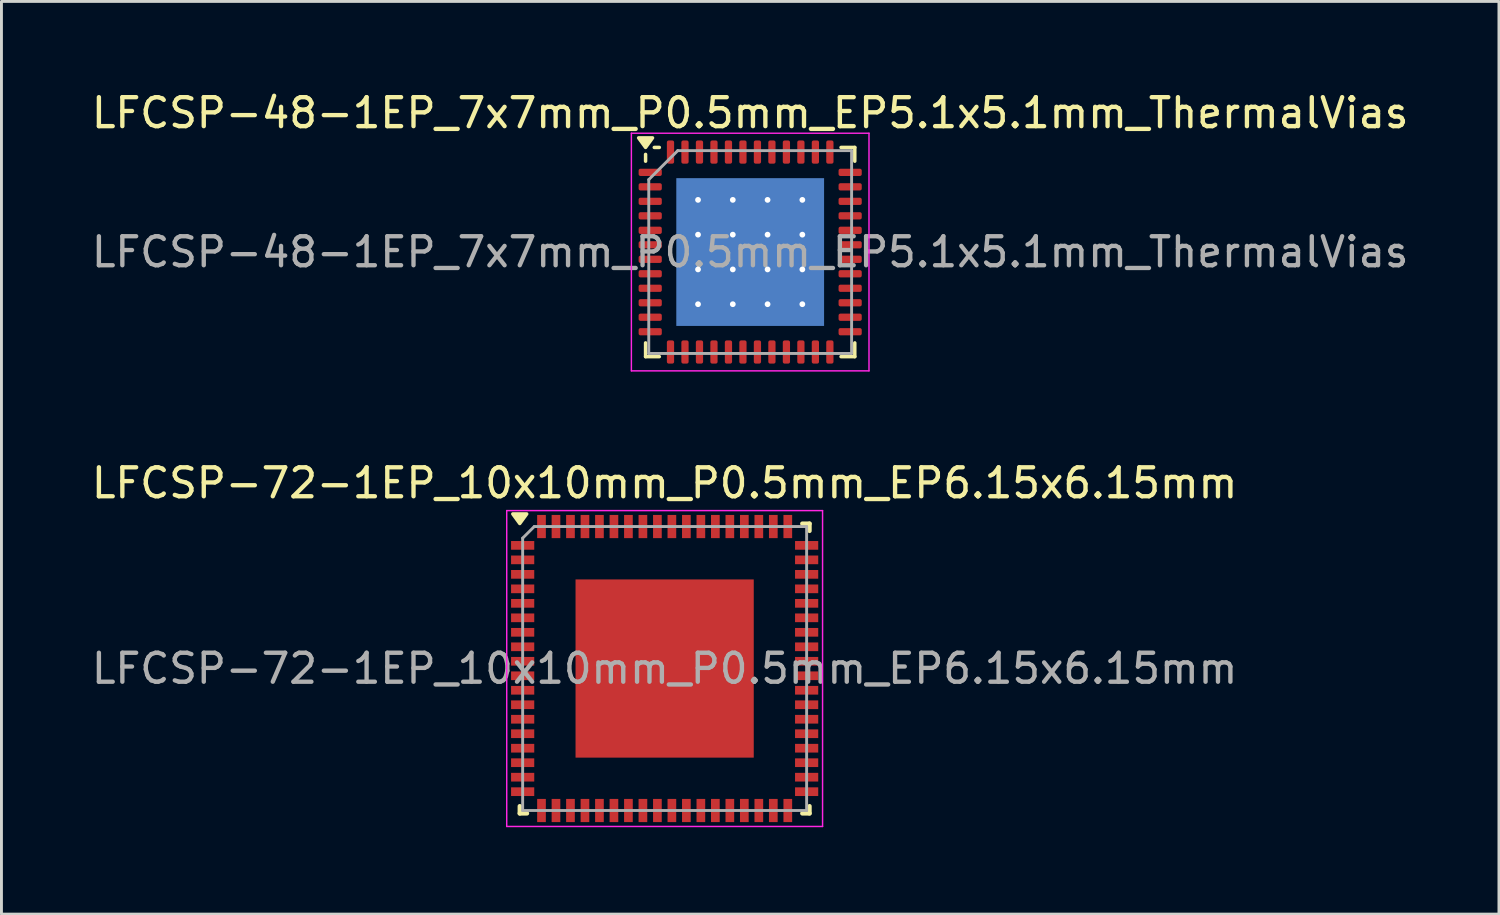
<source format=kicad_pcb>
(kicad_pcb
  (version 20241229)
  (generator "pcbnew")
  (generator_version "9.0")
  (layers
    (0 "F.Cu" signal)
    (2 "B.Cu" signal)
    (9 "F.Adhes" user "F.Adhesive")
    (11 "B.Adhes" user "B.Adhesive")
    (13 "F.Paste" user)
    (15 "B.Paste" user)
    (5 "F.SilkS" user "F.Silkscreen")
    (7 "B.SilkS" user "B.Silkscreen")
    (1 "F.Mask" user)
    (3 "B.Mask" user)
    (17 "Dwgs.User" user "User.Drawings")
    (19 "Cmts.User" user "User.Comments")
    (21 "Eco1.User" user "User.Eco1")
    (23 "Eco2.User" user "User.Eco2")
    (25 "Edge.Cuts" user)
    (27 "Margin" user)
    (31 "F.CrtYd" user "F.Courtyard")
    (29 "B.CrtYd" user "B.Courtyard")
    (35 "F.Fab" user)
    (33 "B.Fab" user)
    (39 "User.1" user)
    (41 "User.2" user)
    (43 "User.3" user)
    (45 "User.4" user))
  (footprint "LFCSP-48-1EP_7x7mm_P0.5mm_EP5.1x5.1mm_ThermalVias"
    (layer "F.Cu")
    (at 22.839 5.648)
    (property "Reference" "LFCSP-48-1EP_7x7mm_P0.5mm_EP5.1x5.1mm_ThermalVias" (at 0 -4.8 0) (layer "F.SilkS") (effects (font (size 1 1) (thickness 0.15))))
    (attr smd)
    (fp_line (start -3.61 -3.135) (end -3.61 -3.37) (stroke (width 0.12) (type solid)) (layer "F.SilkS"))
    (fp_line (start -3.61 3.61) (end -3.61 3.135) (stroke (width 0.12) (type solid)) (layer "F.SilkS"))
    (fp_line (start -3.135 -3.61) (end -3.31 -3.61) (stroke (width 0.12) (type solid)) (layer "F.SilkS"))
    (fp_line (start -3.135 3.61) (end -3.61 3.61) (stroke (width 0.12) (type solid)) (layer "F.SilkS"))
    (fp_line (start 3.135 -3.61) (end 3.61 -3.61) (stroke (width 0.12) (type solid)) (layer "F.SilkS"))
    (fp_line (start 3.135 3.61) (end 3.61 3.61) (stroke (width 0.12) (type solid)) (layer "F.SilkS"))
    (fp_line (start 3.61 -3.61) (end 3.61 -3.135) (stroke (width 0.12) (type solid)) (layer "F.SilkS"))
    (fp_line (start 3.61 3.61) (end 3.61 3.135) (stroke (width 0.12) (type solid)) (layer "F.SilkS"))
    (fp_poly (pts (xy -3.61 -3.61) (xy -3.85 -3.94) (xy -3.37 -3.94) (xy -3.61 -3.61)) (stroke (width 0.12) (type solid)) (fill yes) (layer "F.SilkS"))
    (fp_line (start -4.1 -4.1) (end -4.1 4.1) (stroke (width 0.05) (type solid)) (layer "F.CrtYd"))
    (fp_line (start -4.1 4.1) (end 4.1 4.1) (stroke (width 0.05) (type solid)) (layer "F.CrtYd"))
    (fp_line (start 4.1 -4.1) (end -4.1 -4.1) (stroke (width 0.05) (type solid)) (layer "F.CrtYd"))
    (fp_line (start 4.1 4.1) (end 4.1 -4.1) (stroke (width 0.05) (type solid)) (layer "F.CrtYd"))
    (fp_line (start -3.5 -2.5) (end -2.5 -3.5) (stroke (width 0.1) (type solid)) (layer "F.Fab"))
    (fp_line (start -3.5 3.5) (end -3.5 -2.5) (stroke (width 0.1) (type solid)) (layer "F.Fab"))
    (fp_line (start -2.5 -3.5) (end 3.5 -3.5) (stroke (width 0.1) (type solid)) (layer "F.Fab"))
    (fp_line (start 3.5 -3.5) (end 3.5 3.5) (stroke (width 0.1) (type solid)) (layer "F.Fab"))
    (fp_line (start 3.5 3.5) (end -3.5 3.5) (stroke (width 0.1) (type solid)) (layer "F.Fab"))
    (fp_text user "${REFERENCE}" (at 0 0 0) (layer "F.Fab") (effects (font (size 1 1) (thickness 0.15))))
    (pad "" smd roundrect (at -1.37 -1.37) (size 1.14 1.14) (layers "F.Paste") (roundrect_rratio 0.219))
    (pad "" smd roundrect (at -1.37 0) (size 1.14 1.14) (layers "F.Paste") (roundrect_rratio 0.219))
    (pad "" smd roundrect (at -1.37 1.37) (size 1.14 1.14) (layers "F.Paste") (roundrect_rratio 0.219))
    (pad "" smd roundrect (at 0 -1.37) (size 1.14 1.14) (layers "F.Paste") (roundrect_rratio 0.219))
    (pad "" smd roundrect (at 0 0) (size 1.14 1.14) (layers "F.Paste") (roundrect_rratio 0.219))
    (pad "" smd roundrect (at 0 1.37) (size 1.14 1.14) (layers "F.Paste") (roundrect_rratio 0.219))
    (pad "" smd roundrect (at 1.37 -1.37) (size 1.14 1.14) (layers "F.Paste") (roundrect_rratio 0.219))
    (pad "" smd roundrect (at 1.37 0) (size 1.14 1.14) (layers "F.Paste") (roundrect_rratio 0.219))
    (pad "" smd roundrect (at 1.37 1.37) (size 1.14 1.14) (layers "F.Paste") (roundrect_rratio 0.219))
    (pad "1" smd roundrect (at -3.45 -2.75) (size 0.8 0.25) (layers "F.Cu" "F.Mask" "F.Paste") (roundrect_rratio 0.25))
    (pad "2" smd roundrect (at -3.45 -2.25) (size 0.8 0.25) (layers "F.Cu" "F.Mask" "F.Paste") (roundrect_rratio 0.25))
    (pad "3" smd roundrect (at -3.45 -1.75) (size 0.8 0.25) (layers "F.Cu" "F.Mask" "F.Paste") (roundrect_rratio 0.25))
    (pad "4" smd roundrect (at -3.45 -1.25) (size 0.8 0.25) (layers "F.Cu" "F.Mask" "F.Paste") (roundrect_rratio 0.25))
    (pad "5" smd roundrect (at -3.45 -0.75) (size 0.8 0.25) (layers "F.Cu" "F.Mask" "F.Paste") (roundrect_rratio 0.25))
    (pad "6" smd roundrect (at -3.45 -0.25) (size 0.8 0.25) (layers "F.Cu" "F.Mask" "F.Paste") (roundrect_rratio 0.25))
    (pad "7" smd roundrect (at -3.45 0.25) (size 0.8 0.25) (layers "F.Cu" "F.Mask" "F.Paste") (roundrect_rratio 0.25))
    (pad "8" smd roundrect (at -3.45 0.75) (size 0.8 0.25) (layers "F.Cu" "F.Mask" "F.Paste") (roundrect_rratio 0.25))
    (pad "9" smd roundrect (at -3.45 1.25) (size 0.8 0.25) (layers "F.Cu" "F.Mask" "F.Paste") (roundrect_rratio 0.25))
    (pad "10" smd roundrect (at -3.45 1.75) (size 0.8 0.25) (layers "F.Cu" "F.Mask" "F.Paste") (roundrect_rratio 0.25))
    (pad "11" smd roundrect (at -3.45 2.25) (size 0.8 0.25) (layers "F.Cu" "F.Mask" "F.Paste") (roundrect_rratio 0.25))
    (pad "12" smd roundrect (at -3.45 2.75) (size 0.8 0.25) (layers "F.Cu" "F.Mask" "F.Paste") (roundrect_rratio 0.25))
    (pad "13" smd roundrect (at -2.75 3.45) (size 0.25 0.8) (layers "F.Cu" "F.Mask" "F.Paste") (roundrect_rratio 0.25))
    (pad "14" smd roundrect (at -2.25 3.45) (size 0.25 0.8) (layers "F.Cu" "F.Mask" "F.Paste") (roundrect_rratio 0.25))
    (pad "15" smd roundrect (at -1.75 3.45) (size 0.25 0.8) (layers "F.Cu" "F.Mask" "F.Paste") (roundrect_rratio 0.25))
    (pad "16" smd roundrect (at -1.25 3.45) (size 0.25 0.8) (layers "F.Cu" "F.Mask" "F.Paste") (roundrect_rratio 0.25))
    (pad "17" smd roundrect (at -0.75 3.45) (size 0.25 0.8) (layers "F.Cu" "F.Mask" "F.Paste") (roundrect_rratio 0.25))
    (pad "18" smd roundrect (at -0.25 3.45) (size 0.25 0.8) (layers "F.Cu" "F.Mask" "F.Paste") (roundrect_rratio 0.25))
    (pad "19" smd roundrect (at 0.25 3.45) (size 0.25 0.8) (layers "F.Cu" "F.Mask" "F.Paste") (roundrect_rratio 0.25))
    (pad "20" smd roundrect (at 0.75 3.45) (size 0.25 0.8) (layers "F.Cu" "F.Mask" "F.Paste") (roundrect_rratio 0.25))
    (pad "21" smd roundrect (at 1.25 3.45) (size 0.25 0.8) (layers "F.Cu" "F.Mask" "F.Paste") (roundrect_rratio 0.25))
    (pad "22" smd roundrect (at 1.75 3.45) (size 0.25 0.8) (layers "F.Cu" "F.Mask" "F.Paste") (roundrect_rratio 0.25))
    (pad "23" smd roundrect (at 2.25 3.45) (size 0.25 0.8) (layers "F.Cu" "F.Mask" "F.Paste") (roundrect_rratio 0.25))
    (pad "24" smd roundrect (at 2.75 3.45) (size 0.25 0.8) (layers "F.Cu" "F.Mask" "F.Paste") (roundrect_rratio 0.25))
    (pad "25" smd roundrect (at 3.45 2.75) (size 0.8 0.25) (layers "F.Cu" "F.Mask" "F.Paste") (roundrect_rratio 0.25))
    (pad "26" smd roundrect (at 3.45 2.25) (size 0.8 0.25) (layers "F.Cu" "F.Mask" "F.Paste") (roundrect_rratio 0.25))
    (pad "27" smd roundrect (at 3.45 1.75) (size 0.8 0.25) (layers "F.Cu" "F.Mask" "F.Paste") (roundrect_rratio 0.25))
    (pad "28" smd roundrect (at 3.45 1.25) (size 0.8 0.25) (layers "F.Cu" "F.Mask" "F.Paste") (roundrect_rratio 0.25))
    (pad "29" smd roundrect (at 3.45 0.75) (size 0.8 0.25) (layers "F.Cu" "F.Mask" "F.Paste") (roundrect_rratio 0.25))
    (pad "30" smd roundrect (at 3.45 0.25) (size 0.8 0.25) (layers "F.Cu" "F.Mask" "F.Paste") (roundrect_rratio 0.25))
    (pad "31" smd roundrect (at 3.45 -0.25) (size 0.8 0.25) (layers "F.Cu" "F.Mask" "F.Paste") (roundrect_rratio 0.25))
    (pad "32" smd roundrect (at 3.45 -0.75) (size 0.8 0.25) (layers "F.Cu" "F.Mask" "F.Paste") (roundrect_rratio 0.25))
    (pad "33" smd roundrect (at 3.45 -1.25) (size 0.8 0.25) (layers "F.Cu" "F.Mask" "F.Paste") (roundrect_rratio 0.25))
    (pad "34" smd roundrect (at 3.45 -1.75) (size 0.8 0.25) (layers "F.Cu" "F.Mask" "F.Paste") (roundrect_rratio 0.25))
    (pad "35" smd roundrect (at 3.45 -2.25) (size 0.8 0.25) (layers "F.Cu" "F.Mask" "F.Paste") (roundrect_rratio 0.25))
    (pad "36" smd roundrect (at 3.45 -2.75) (size 0.8 0.25) (layers "F.Cu" "F.Mask" "F.Paste") (roundrect_rratio 0.25))
    (pad "37" smd roundrect (at 2.75 -3.45) (size 0.25 0.8) (layers "F.Cu" "F.Mask" "F.Paste") (roundrect_rratio 0.25))
    (pad "38" smd roundrect (at 2.25 -3.45) (size 0.25 0.8) (layers "F.Cu" "F.Mask" "F.Paste") (roundrect_rratio 0.25))
    (pad "39" smd roundrect (at 1.75 -3.45) (size 0.25 0.8) (layers "F.Cu" "F.Mask" "F.Paste") (roundrect_rratio 0.25))
    (pad "40" smd roundrect (at 1.25 -3.45) (size 0.25 0.8) (layers "F.Cu" "F.Mask" "F.Paste") (roundrect_rratio 0.25))
    (pad "41" smd roundrect (at 0.75 -3.45) (size 0.25 0.8) (layers "F.Cu" "F.Mask" "F.Paste") (roundrect_rratio 0.25))
    (pad "42" smd roundrect (at 0.25 -3.45) (size 0.25 0.8) (layers "F.Cu" "F.Mask" "F.Paste") (roundrect_rratio 0.25))
    (pad "43" smd roundrect (at -0.25 -3.45) (size 0.25 0.8) (layers "F.Cu" "F.Mask" "F.Paste") (roundrect_rratio 0.25))
    (pad "44" smd roundrect (at -0.75 -3.45) (size 0.25 0.8) (layers "F.Cu" "F.Mask" "F.Paste") (roundrect_rratio 0.25))
    (pad "45" smd roundrect (at -1.25 -3.45) (size 0.25 0.8) (layers "F.Cu" "F.Mask" "F.Paste") (roundrect_rratio 0.25))
    (pad "46" smd roundrect (at -1.75 -3.45) (size 0.25 0.8) (layers "F.Cu" "F.Mask" "F.Paste") (roundrect_rratio 0.25))
    (pad "47" smd roundrect (at -2.25 -3.45) (size 0.25 0.8) (layers "F.Cu" "F.Mask" "F.Paste") (roundrect_rratio 0.25))
    (pad "48" smd roundrect (at -2.75 -3.45) (size 0.25 0.8) (layers "F.Cu" "F.Mask" "F.Paste") (roundrect_rratio 0.25))
    (pad "49" thru_hole circle (at -1.8 -1.8) (size 0.5 0.5) (drill 0.2) (property pad_prop_heatsink) (layers "*.Cu"))
    (pad "49" thru_hole circle (at -1.8 -0.6) (size 0.5 0.5) (drill 0.2) (property pad_prop_heatsink) (layers "*.Cu"))
    (pad "49" thru_hole circle (at -1.8 0.6) (size 0.5 0.5) (drill 0.2) (property pad_prop_heatsink) (layers "*.Cu"))
    (pad "49" thru_hole circle (at -1.8 1.8) (size 0.5 0.5) (drill 0.2) (property pad_prop_heatsink) (layers "*.Cu"))
    (pad "49" thru_hole circle (at -0.6 -1.8) (size 0.5 0.5) (drill 0.2) (property pad_prop_heatsink) (layers "*.Cu"))
    (pad "49" thru_hole circle (at -0.6 -0.6) (size 0.5 0.5) (drill 0.2) (property pad_prop_heatsink) (layers "*.Cu"))
    (pad "49" thru_hole circle (at -0.6 0.6) (size 0.5 0.5) (drill 0.2) (property pad_prop_heatsink) (layers "*.Cu"))
    (pad "49" thru_hole circle (at -0.6 1.8) (size 0.5 0.5) (drill 0.2) (property pad_prop_heatsink) (layers "*.Cu"))
    (pad "49" smd rect (at 0 0) (size 4.1 4.1) (property pad_prop_heatsink) (layers "F.Cu" "F.Mask"))
    (pad "49" smd rect (at 0 0) (size 5.1 5.1) (property pad_prop_heatsink) (layers "B.Cu"))
    (pad "49" thru_hole circle (at 0.6 -1.8) (size 0.5 0.5) (drill 0.2) (property pad_prop_heatsink) (layers "*.Cu"))
    (pad "49" thru_hole circle (at 0.6 -0.6) (size 0.5 0.5) (drill 0.2) (property pad_prop_heatsink) (layers "*.Cu"))
    (pad "49" thru_hole circle (at 0.6 0.6) (size 0.5 0.5) (drill 0.2) (property pad_prop_heatsink) (layers "*.Cu"))
    (pad "49" thru_hole circle (at 0.6 1.8) (size 0.5 0.5) (drill 0.2) (property pad_prop_heatsink) (layers "*.Cu"))
    (pad "49" thru_hole circle (at 1.8 -1.8) (size 0.5 0.5) (drill 0.2) (property pad_prop_heatsink) (layers "*.Cu"))
    (pad "49" thru_hole circle (at 1.8 -0.6) (size 0.5 0.5) (drill 0.2) (property pad_prop_heatsink) (layers "*.Cu"))
    (pad "49" thru_hole circle (at 1.8 0.6) (size 0.5 0.5) (drill 0.2) (property pad_prop_heatsink) (layers "*.Cu"))
    (pad "49" thru_hole circle (at 1.8 1.8) (size 0.5 0.5) (drill 0.2) (property pad_prop_heatsink) (layers "*.Cu")))
  (footprint "LFCSP-72-1EP_10x10mm_P0.5mm_EP6.15x6.15mm"
    (layer "F.Cu")
    (at 19.887 20.021)
    (property "Reference" "LFCSP-72-1EP_10x10mm_P0.5mm_EP6.15x6.15mm" (at 0 -6.4 0) (layer "F.SilkS") (effects (font (size 1 1) (thickness 0.15))))
    (attr smd)
    (fp_line (start -5 5) (end -5 4.75) (stroke (width 0.15) (type solid)) (layer "F.SilkS"))
    (fp_line (start -4.75 5) (end -5 5) (stroke (width 0.15) (type solid)) (layer "F.SilkS"))
    (fp_line (start 4.75 -5) (end 5 -5) (stroke (width 0.15) (type solid)) (layer "F.SilkS"))
    (fp_line (start 4.75 5) (end 5 5) (stroke (width 0.15) (type solid)) (layer "F.SilkS"))
    (fp_line (start 5 -5) (end 5 -4.75) (stroke (width 0.15) (type solid)) (layer "F.SilkS"))
    (fp_line (start 5 5) (end 5 4.75) (stroke (width 0.15) (type solid)) (layer "F.SilkS"))
    (fp_poly (pts (xy -5 -5.005) (xy -5.24 -5.335) (xy -4.76 -5.335) (xy -5 -5.005)) (stroke (width 0.12) (type solid)) (fill yes) (layer "F.SilkS"))
    (fp_line (start -5.45 -5.45) (end 5.45 -5.45) (stroke (width 0.05) (type solid)) (layer "F.CrtYd"))
    (fp_line (start -5.45 5.45) (end -5.45 -5.45) (stroke (width 0.05) (type solid)) (layer "F.CrtYd"))
    (fp_line (start 5.45 -5.45) (end 5.45 5.45) (stroke (width 0.05) (type solid)) (layer "F.CrtYd"))
    (fp_line (start 5.45 5.45) (end -5.45 5.45) (stroke (width 0.05) (type solid)) (layer "F.CrtYd"))
    (fp_line (start -4.9 -4.5) (end -4.5 -4.9) (stroke (width 0.1) (type solid)) (layer "F.Fab"))
    (fp_line (start -4.9 4.9) (end -4.9 -4.5) (stroke (width 0.1) (type solid)) (layer "F.Fab"))
    (fp_line (start -4.5 -4.9) (end 4.9 -4.9) (stroke (width 0.1) (type solid)) (layer "F.Fab"))
    (fp_line (start 4.9 -4.9) (end 4.9 4.9) (stroke (width 0.1) (type solid)) (layer "F.Fab"))
    (fp_line (start 4.9 4.9) (end -4.9 4.9) (stroke (width 0.1) (type solid)) (layer "F.Fab"))
    (fp_text user "${REFERENCE}" (at 0 0 0) (layer "F.Fab") (effects (font (size 1 1) (thickness 0.15))))
    (pad "" smd rect (at -1.4 -1.4) (size 2.5 2.5) (layers "F.Paste"))
    (pad "" smd rect (at -1.4 1.4) (size 2.5 2.5) (layers "F.Paste"))
    (pad "" smd rect (at 1.4 -1.4) (size 2.5 2.5) (layers "F.Paste"))
    (pad "" smd rect (at 1.4 1.4) (size 2.5 2.5) (layers "F.Paste"))
    (pad "1" smd rect (at -4.9 -4.25 90) (size 0.3 0.8) (layers "F.Cu" "F.Mask" "F.Paste"))
    (pad "2" smd rect (at -4.9 -3.75 90) (size 0.3 0.8) (layers "F.Cu" "F.Mask" "F.Paste"))
    (pad "3" smd rect (at -4.9 -3.25 90) (size 0.3 0.8) (layers "F.Cu" "F.Mask" "F.Paste"))
    (pad "4" smd rect (at -4.9 -2.75 90) (size 0.3 0.8) (layers "F.Cu" "F.Mask" "F.Paste"))
    (pad "5" smd rect (at -4.9 -2.25 90) (size 0.3 0.8) (layers "F.Cu" "F.Mask" "F.Paste"))
    (pad "6" smd rect (at -4.9 -1.75 90) (size 0.3 0.8) (layers "F.Cu" "F.Mask" "F.Paste"))
    (pad "7" smd rect (at -4.9 -1.25 90) (size 0.3 0.8) (layers "F.Cu" "F.Mask" "F.Paste"))
    (pad "8" smd rect (at -4.9 -0.75 90) (size 0.3 0.8) (layers "F.Cu" "F.Mask" "F.Paste"))
    (pad "9" smd rect (at -4.9 -0.25 90) (size 0.3 0.8) (layers "F.Cu" "F.Mask" "F.Paste"))
    (pad "10" smd rect (at -4.9 0.25 90) (size 0.3 0.8) (layers "F.Cu" "F.Mask" "F.Paste"))
    (pad "11" smd rect (at -4.9 0.75 90) (size 0.3 0.8) (layers "F.Cu" "F.Mask" "F.Paste"))
    (pad "12" smd rect (at -4.9 1.25 90) (size 0.3 0.8) (layers "F.Cu" "F.Mask" "F.Paste"))
    (pad "13" smd rect (at -4.9 1.75 90) (size 0.3 0.8) (layers "F.Cu" "F.Mask" "F.Paste"))
    (pad "14" smd rect (at -4.9 2.25 90) (size 0.3 0.8) (layers "F.Cu" "F.Mask" "F.Paste"))
    (pad "15" smd rect (at -4.9 2.75 90) (size 0.3 0.8) (layers "F.Cu" "F.Mask" "F.Paste"))
    (pad "16" smd rect (at -4.9 3.25 90) (size 0.3 0.8) (layers "F.Cu" "F.Mask" "F.Paste"))
    (pad "17" smd rect (at -4.9 3.75 90) (size 0.3 0.8) (layers "F.Cu" "F.Mask" "F.Paste"))
    (pad "18" smd rect (at -4.9 4.25 90) (size 0.3 0.8) (layers "F.Cu" "F.Mask" "F.Paste"))
    (pad "19" smd rect (at -4.25 4.9) (size 0.3 0.8) (layers "F.Cu" "F.Mask" "F.Paste"))
    (pad "20" smd rect (at -3.75 4.9) (size 0.3 0.8) (layers "F.Cu" "F.Mask" "F.Paste"))
    (pad "21" smd rect (at -3.25 4.9) (size 0.3 0.8) (layers "F.Cu" "F.Mask" "F.Paste"))
    (pad "22" smd rect (at -2.75 4.9) (size 0.3 0.8) (layers "F.Cu" "F.Mask" "F.Paste"))
    (pad "23" smd rect (at -2.25 4.9) (size 0.3 0.8) (layers "F.Cu" "F.Mask" "F.Paste"))
    (pad "24" smd rect (at -1.75 4.9) (size 0.3 0.8) (layers "F.Cu" "F.Mask" "F.Paste"))
    (pad "25" smd rect (at -1.25 4.9) (size 0.3 0.8) (layers "F.Cu" "F.Mask" "F.Paste"))
    (pad "26" smd rect (at -0.75 4.9) (size 0.3 0.8) (layers "F.Cu" "F.Mask" "F.Paste"))
    (pad "27" smd rect (at -0.25 4.9) (size 0.3 0.8) (layers "F.Cu" "F.Mask" "F.Paste"))
    (pad "28" smd rect (at 0.25 4.9) (size 0.3 0.8) (layers "F.Cu" "F.Mask" "F.Paste"))
    (pad "29" smd rect (at 0.75 4.9) (size 0.3 0.8) (layers "F.Cu" "F.Mask" "F.Paste"))
    (pad "30" smd rect (at 1.25 4.9) (size 0.3 0.8) (layers "F.Cu" "F.Mask" "F.Paste"))
    (pad "31" smd rect (at 1.75 4.9) (size 0.3 0.8) (layers "F.Cu" "F.Mask" "F.Paste"))
    (pad "32" smd rect (at 2.25 4.9) (size 0.3 0.8) (layers "F.Cu" "F.Mask" "F.Paste"))
    (pad "33" smd rect (at 2.75 4.9) (size 0.3 0.8) (layers "F.Cu" "F.Mask" "F.Paste"))
    (pad "34" smd rect (at 3.25 4.9) (size 0.3 0.8) (layers "F.Cu" "F.Mask" "F.Paste"))
    (pad "35" smd rect (at 3.75 4.9) (size 0.3 0.8) (layers "F.Cu" "F.Mask" "F.Paste"))
    (pad "36" smd rect (at 4.25 4.9) (size 0.3 0.8) (layers "F.Cu" "F.Mask" "F.Paste"))
    (pad "37" smd rect (at 4.9 4.25 90) (size 0.3 0.8) (layers "F.Cu" "F.Mask" "F.Paste"))
    (pad "38" smd rect (at 4.9 3.75 90) (size 0.3 0.8) (layers "F.Cu" "F.Mask" "F.Paste"))
    (pad "39" smd rect (at 4.9 3.25 90) (size 0.3 0.8) (layers "F.Cu" "F.Mask" "F.Paste"))
    (pad "40" smd rect (at 4.9 2.75 90) (size 0.3 0.8) (layers "F.Cu" "F.Mask" "F.Paste"))
    (pad "41" smd rect (at 4.9 2.25 90) (size 0.3 0.8) (layers "F.Cu" "F.Mask" "F.Paste"))
    (pad "42" smd rect (at 4.9 1.75 90) (size 0.3 0.8) (layers "F.Cu" "F.Mask" "F.Paste"))
    (pad "43" smd rect (at 4.9 1.25 90) (size 0.3 0.8) (layers "F.Cu" "F.Mask" "F.Paste"))
    (pad "44" smd rect (at 4.9 0.75 90) (size 0.3 0.8) (layers "F.Cu" "F.Mask" "F.Paste"))
    (pad "45" smd rect (at 4.9 0.25 90) (size 0.3 0.8) (layers "F.Cu" "F.Mask" "F.Paste"))
    (pad "46" smd rect (at 4.9 -0.25 90) (size 0.3 0.8) (layers "F.Cu" "F.Mask" "F.Paste"))
    (pad "47" smd rect (at 4.9 -0.75 90) (size 0.3 0.8) (layers "F.Cu" "F.Mask" "F.Paste"))
    (pad "48" smd rect (at 4.9 -1.25 90) (size 0.3 0.8) (layers "F.Cu" "F.Mask" "F.Paste"))
    (pad "49" smd rect (at 4.9 -1.75 90) (size 0.3 0.8) (layers "F.Cu" "F.Mask" "F.Paste"))
    (pad "50" smd rect (at 4.9 -2.25 90) (size 0.3 0.8) (layers "F.Cu" "F.Mask" "F.Paste"))
    (pad "51" smd rect (at 4.9 -2.75 90) (size 0.3 0.8) (layers "F.Cu" "F.Mask" "F.Paste"))
    (pad "52" smd rect (at 4.9 -3.25 90) (size 0.3 0.8) (layers "F.Cu" "F.Mask" "F.Paste"))
    (pad "53" smd rect (at 4.9 -3.75 90) (size 0.3 0.8) (layers "F.Cu" "F.Mask" "F.Paste"))
    (pad "54" smd rect (at 4.9 -4.25 90) (size 0.3 0.8) (layers "F.Cu" "F.Mask" "F.Paste"))
    (pad "55" smd rect (at 4.25 -4.9) (size 0.3 0.8) (layers "F.Cu" "F.Mask" "F.Paste"))
    (pad "56" smd rect (at 3.75 -4.9) (size 0.3 0.8) (layers "F.Cu" "F.Mask" "F.Paste"))
    (pad "57" smd rect (at 3.25 -4.9) (size 0.3 0.8) (layers "F.Cu" "F.Mask" "F.Paste"))
    (pad "58" smd rect (at 2.75 -4.9) (size 0.3 0.8) (layers "F.Cu" "F.Mask" "F.Paste"))
    (pad "59" smd rect (at 2.25 -4.9) (size 0.3 0.8) (layers "F.Cu" "F.Mask" "F.Paste"))
    (pad "60" smd rect (at 1.75 -4.9) (size 0.3 0.8) (layers "F.Cu" "F.Mask" "F.Paste"))
    (pad "61" smd rect (at 1.25 -4.9) (size 0.3 0.8) (layers "F.Cu" "F.Mask" "F.Paste"))
    (pad "62" smd rect (at 0.75 -4.9) (size 0.3 0.8) (layers "F.Cu" "F.Mask" "F.Paste"))
    (pad "63" smd rect (at 0.25 -4.9) (size 0.3 0.8) (layers "F.Cu" "F.Mask" "F.Paste"))
    (pad "64" smd rect (at -0.25 -4.9) (size 0.3 0.8) (layers "F.Cu" "F.Mask" "F.Paste"))
    (pad "65" smd rect (at -0.75 -4.9) (size 0.3 0.8) (layers "F.Cu" "F.Mask" "F.Paste"))
    (pad "66" smd rect (at -1.25 -4.9) (size 0.3 0.8) (layers "F.Cu" "F.Mask" "F.Paste"))
    (pad "67" smd rect (at -1.75 -4.9) (size 0.3 0.8) (layers "F.Cu" "F.Mask" "F.Paste"))
    (pad "68" smd rect (at -2.25 -4.9) (size 0.3 0.8) (layers "F.Cu" "F.Mask" "F.Paste"))
    (pad "69" smd rect (at -2.75 -4.9) (size 0.3 0.8) (layers "F.Cu" "F.Mask" "F.Paste"))
    (pad "70" smd rect (at -3.25 -4.9) (size 0.3 0.8) (layers "F.Cu" "F.Mask" "F.Paste"))
    (pad "71" smd rect (at -3.75 -4.9) (size 0.3 0.8) (layers "F.Cu" "F.Mask" "F.Paste"))
    (pad "72" smd rect (at -4.25 -4.9) (size 0.3 0.8) (layers "F.Cu" "F.Mask" "F.Paste"))
    (pad "73" smd rect (at 0 0) (size 6.15 6.15) (layers "F.Cu" "F.Mask")))
  (gr_rect
    (start -3 -3)
    (end 48.679 28.497)
    (stroke (width 0.1) (type default))
    (fill no)
    (layer "Edge.Cuts")))
</source>
